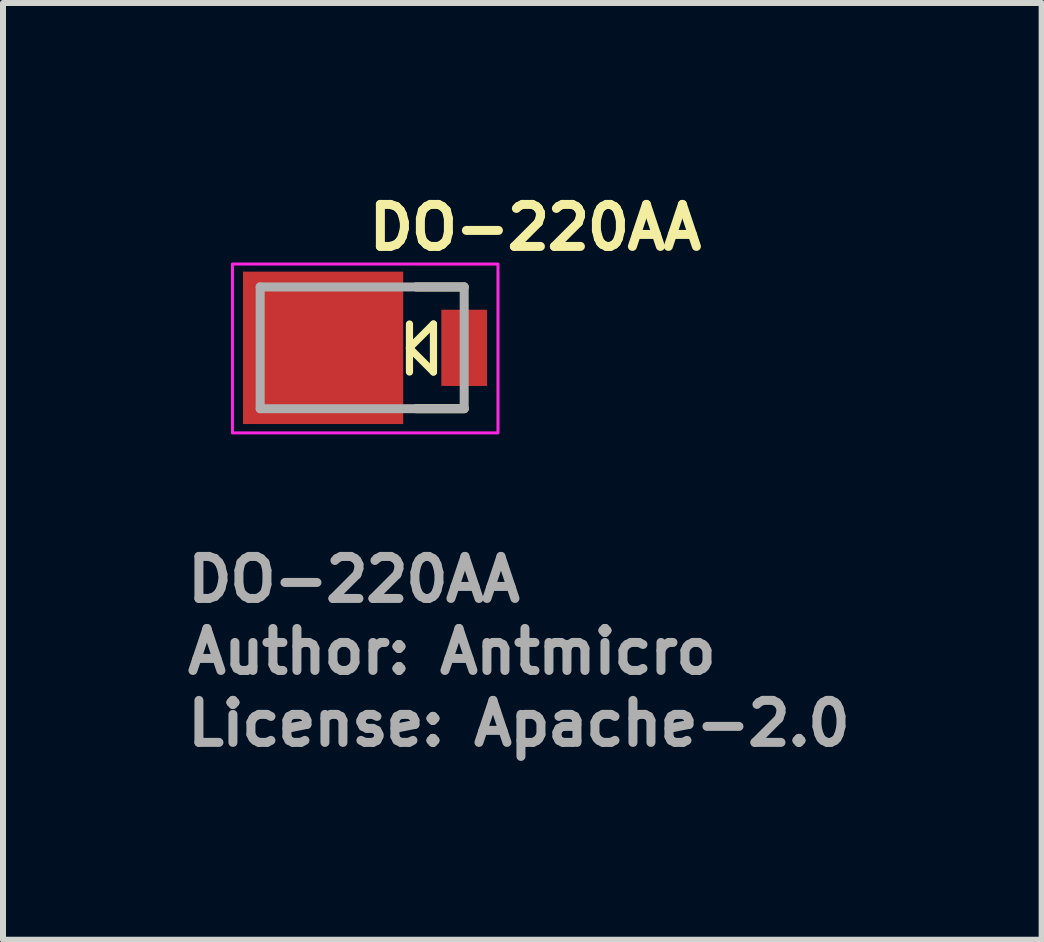
<source format=kicad_pcb>
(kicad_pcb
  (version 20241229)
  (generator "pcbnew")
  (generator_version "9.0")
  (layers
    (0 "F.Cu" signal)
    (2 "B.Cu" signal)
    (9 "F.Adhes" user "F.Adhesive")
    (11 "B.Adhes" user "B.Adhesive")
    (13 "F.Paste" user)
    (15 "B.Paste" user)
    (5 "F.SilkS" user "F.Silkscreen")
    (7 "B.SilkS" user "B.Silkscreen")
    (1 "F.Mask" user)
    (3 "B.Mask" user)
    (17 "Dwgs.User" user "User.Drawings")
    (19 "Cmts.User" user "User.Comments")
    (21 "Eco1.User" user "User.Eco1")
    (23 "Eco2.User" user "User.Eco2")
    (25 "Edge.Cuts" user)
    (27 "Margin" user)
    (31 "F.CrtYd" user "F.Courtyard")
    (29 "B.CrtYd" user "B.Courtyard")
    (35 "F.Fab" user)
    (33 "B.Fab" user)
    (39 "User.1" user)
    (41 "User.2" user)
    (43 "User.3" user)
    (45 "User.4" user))
  (footprint "DO-220AA"
    (layer "F.Cu")
    (at 3.024 2.75)
    (property "Reference" "DO-220AA" (at 0 -1.6 0) (layer "F.SilkS") (effects (font (size 0.7 0.7) (thickness 0.15)) (justify left bottom)))
    (attr smd)
    (fp_line (start 0.75 -0.4) (end 0.75 0.4) (stroke (width 0.12) (type solid)) (layer "F.SilkS"))
    (fp_line (start 0.75 0) (end 1.15 -0.4) (stroke (width 0.12) (type solid)) (layer "F.SilkS"))
    (fp_line (start 0.862 -1.018) (end 1.662 -1.018) (stroke (width 0.15) (type solid)) (layer "F.SilkS"))
    (fp_line (start 0.862 1.011) (end 1.662 1.011) (stroke (width 0.15) (type solid)) (layer "F.SilkS"))
    (fp_line (start 1.15 -0.4) (end 1.15 0.4) (stroke (width 0.12) (type solid)) (layer "F.SilkS"))
    (fp_line (start 1.15 0.4) (end 0.75 0) (stroke (width 0.12) (type solid)) (layer "F.SilkS"))
    (fp_rect (start -2.2 -1.4) (end 2.225 1.415) (stroke (width 0.05) (type solid)) (fill no) (layer "F.CrtYd"))
    (fp_line (start -1.738 -1.018) (end 1.662 -1.018) (stroke (width 0.15) (type solid)) (layer "F.Fab"))
    (fp_line (start -1.738 1.011) (end -1.738 -1.018) (stroke (width 0.15) (type solid)) (layer "F.Fab"))
    (fp_line (start 1.662 -1.018) (end 1.662 1.011) (stroke (width 0.15) (type solid)) (layer "F.Fab"))
    (fp_line (start 1.662 1.011) (end -1.738 1.011) (stroke (width 0.15) (type solid)) (layer "F.Fab"))
    (fp_rect (start -1.926 -1.016) (end 1.925 1.015) (stroke (width 0.1) (type solid)) (fill no) (layer "User.5"))
    (fp_line (start -1.926 -0.601) (end -1.926 0.598) (stroke (width 0.02) (type solid)) (layer "User.9"))
    (fp_line (start -1.926 0.598) (end -1.758 0.598) (stroke (width 0.02) (type solid)) (layer "User.9"))
    (fp_line (start -1.776 -1.016) (end -1.486 -1.016) (stroke (width 0.02) (type solid)) (layer "User.9"))
    (fp_line (start -1.776 -0.601) (end -1.776 -1.016) (stroke (width 0.02) (type solid)) (layer "User.9"))
    (fp_line (start -1.776 1.015) (end -1.776 0.598) (stroke (width 0.02) (type solid)) (layer "User.9"))
    (fp_line (start -1.758 -0.601) (end -1.926 -0.601) (stroke (width 0.02) (type solid)) (layer "User.9"))
    (fp_line (start -1.758 -0.601) (end -1.758 0.598) (stroke (width 0.02) (type solid)) (layer "User.9"))
    (fp_line (start -1.688 -0.929) (end -1.776 -1.016) (stroke (width 0.02) (type solid)) (layer "User.9"))
    (fp_line (start -1.688 -0.929) (end 1.586 -0.929) (stroke (width 0.02) (type solid)) (layer "User.9"))
    (fp_line (start -1.688 0.927) (end -1.776 1.015) (stroke (width 0.02) (type solid)) (layer "User.9"))
    (fp_line (start -1.688 0.927) (end -1.688 -0.929) (stroke (width 0.02) (type solid)) (layer "User.9"))
    (fp_line (start -1.486 -1.016) (end -1.486 -0.998) (stroke (width 0.02) (type solid)) (layer "User.9"))
    (fp_line (start -1.486 0.996) (end -1.486 1.015) (stroke (width 0.02) (type solid)) (layer "User.9"))
    (fp_line (start -1.486 0.996) (end 0.524 0.996) (stroke (width 0.02) (type solid)) (layer "User.9"))
    (fp_line (start -1.486 1.015) (end -1.776 1.015) (stroke (width 0.02) (type solid)) (layer "User.9"))
    (fp_line (start -1.486 1.015) (end 0.524 1.015) (stroke (width 0.02) (type solid)) (layer "User.9"))
    (fp_line (start 0.524 -1.016) (end -1.486 -1.016) (stroke (width 0.02) (type solid)) (layer "User.9"))
    (fp_line (start 0.524 -1.016) (end 1.675 -1.016) (stroke (width 0.02) (type solid)) (layer "User.9"))
    (fp_line (start 0.524 -0.998) (end -1.486 -0.998) (stroke (width 0.02) (type solid)) (layer "User.9"))
    (fp_line (start 0.524 -0.998) (end 0.524 -1.016) (stroke (width 0.02) (type solid)) (layer "User.9"))
    (fp_line (start 0.524 1.015) (end 0.524 0.996) (stroke (width 0.02) (type solid)) (layer "User.9"))
    (fp_line (start 1.586 -0.929) (end 1.586 0.927) (stroke (width 0.02) (type solid)) (layer "User.9"))
    (fp_line (start 1.586 -0.929) (end 1.675 -1.016) (stroke (width 0.02) (type solid)) (layer "User.9"))
    (fp_line (start 1.586 0.927) (end -1.688 0.927) (stroke (width 0.02) (type solid)) (layer "User.9"))
    (fp_line (start 1.586 0.927) (end 1.675 1.015) (stroke (width 0.02) (type solid)) (layer "User.9"))
    (fp_line (start 1.656 -0.381) (end 1.925 -0.381) (stroke (width 0.02) (type solid)) (layer "User.9"))
    (fp_line (start 1.656 0.378) (end 1.656 -0.381) (stroke (width 0.02) (type solid)) (layer "User.9"))
    (fp_line (start 1.675 -1.016) (end 1.675 -0.381) (stroke (width 0.02) (type solid)) (layer "User.9"))
    (fp_line (start 1.675 0.378) (end 1.675 1.015) (stroke (width 0.02) (type solid)) (layer "User.9"))
    (fp_line (start 1.675 1.015) (end 0.524 1.015) (stroke (width 0.02) (type solid)) (layer "User.9"))
    (fp_line (start 1.925 0.378) (end 1.656 0.378) (stroke (width 0.02) (type solid)) (layer "User.9"))
    (fp_line (start 1.925 0.378) (end 1.925 -0.381) (stroke (width 0.02) (type solid)) (layer "User.9"))
    (fp_text user "Author: Antmicro" (at -3.024 5.467 0) (layer "F.Fab") (effects (font (size 0.7 0.7) (thickness 0.15)) (justify left bottom)))
    (fp_text user "${REFERENCE}" (at -3.024 4.267 0) (layer "F.Fab") (effects (font (size 0.7 0.7) (thickness 0.15)) (justify left bottom)))
    (fp_text user "License: Apache-2.0" (at -3.024 6.666 0) (layer "F.Fab") (effects (font (size 0.7 0.7) (thickness 0.15)) (justify left bottom)))
    (pad "1" smd rect (at -0.689 -0.003 90) (size 2.54 2.67) (layers "F.Cu" "F.Mask" "F.Paste"))
    (pad "2" smd rect (at 1.662 -0.003) (size 0.762 1.27) (layers "F.Cu" "F.Mask" "F.Paste")))
  (gr_rect
    (start -3 -3)
    (end 14.31 12.611)
    (stroke (width 0.1) (type default))
    (fill no)
    (layer "Edge.Cuts")))
</source>
